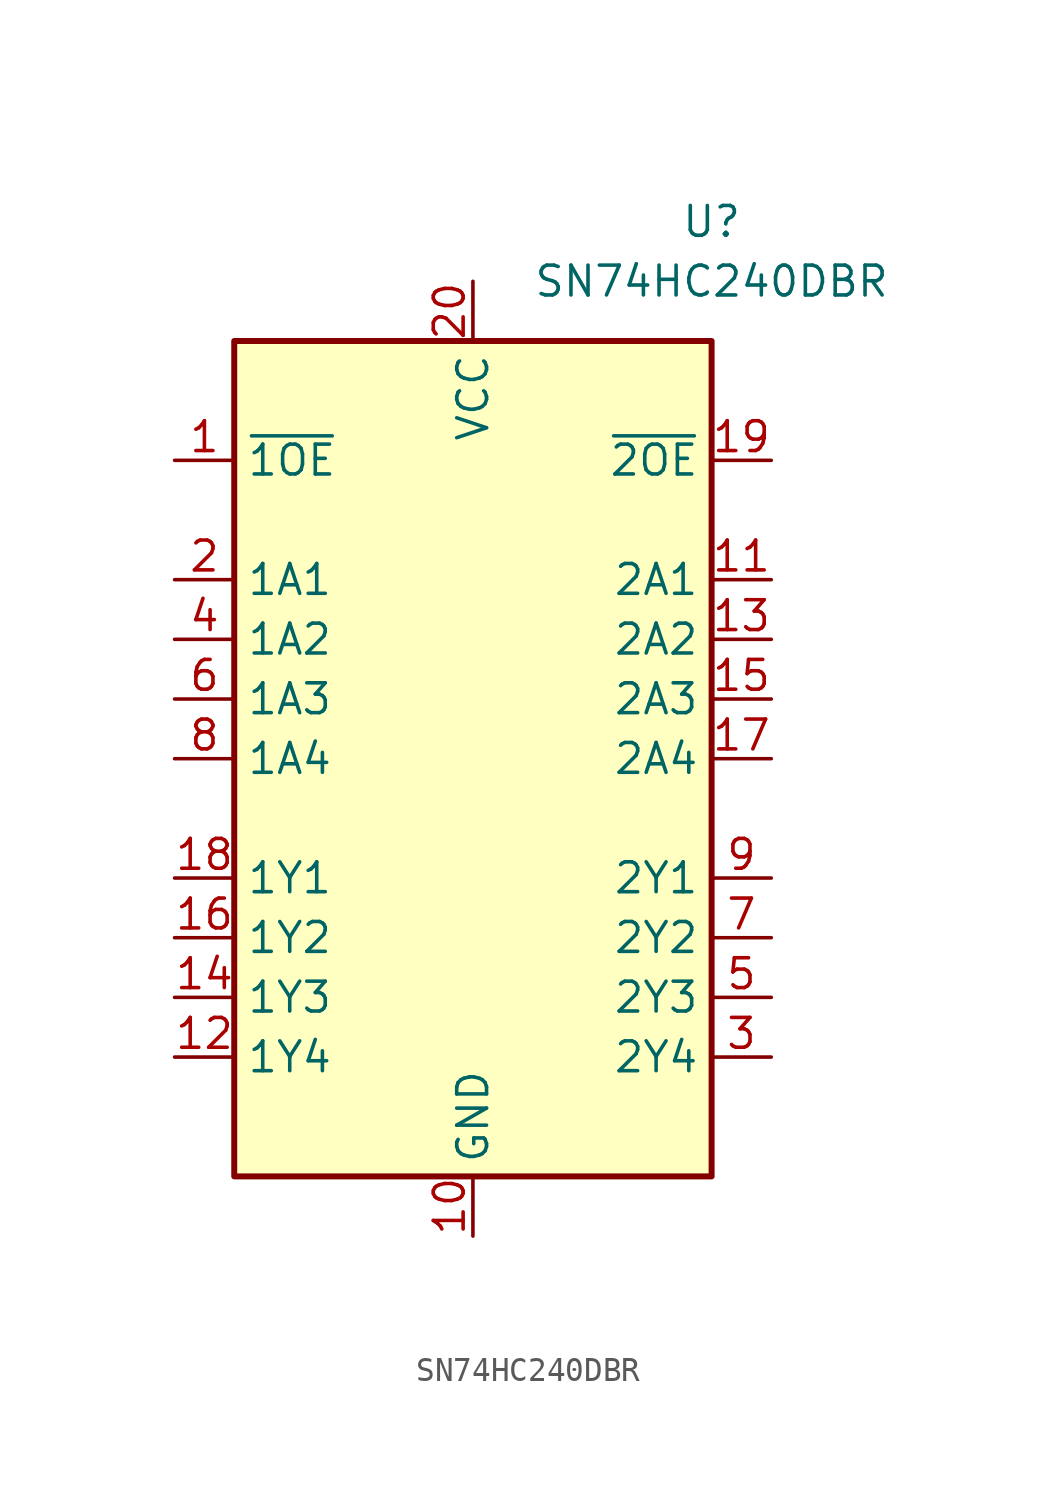
<source format=kicad_sym>
(kicad_symbol_lib
  (version 20220914)
  (generator kicad_symbol_editor)
  (symbol "SN74HC240DBR"
    (property "Reference" "U"
      (at 10.16 22.86 0)
      (effects (font (size 1.27 1.27))))
    (property "Value" "SN74HC240DBR"
      (at 10.16 20.32 0)
      (effects (font (size 1.27 1.27))))
    (symbol "SN74HC240DBR_1_1"
      (rectangle (start -10.16 17.78) (end 10.16 -17.78) (stroke (width 0.254) (type default)) (fill (type background)))
      (pin input line (at -12.7 12.7 0) (length 2.54) (name "~{1OE}" (effects (font (size 1.27 1.27)))) (number "1" (effects (font (size 1.27 1.27)))))
      (pin power_in line (at 0 -20.32 90) (length 2.54) (name "GND" (effects (font (size 1.27 1.27)))) (number "10" (effects (font (size 1.27 1.27)))))
      (pin input line (at 12.7 7.62 180) (length 2.54) (name "2A1" (effects (font (size 1.27 1.27)))) (number "11" (effects (font (size 1.27 1.27)))))
      (pin output line (at -12.7 -12.7 0) (length 2.54) (name "1Y4" (effects (font (size 1.27 1.27)))) (number "12" (effects (font (size 1.27 1.27)))))
      (pin input line (at 12.7 5.08 180) (length 2.54) (name "2A2" (effects (font (size 1.27 1.27)))) (number "13" (effects (font (size 1.27 1.27)))))
      (pin output line (at -12.7 -10.16 0) (length 2.54) (name "1Y3" (effects (font (size 1.27 1.27)))) (number "14" (effects (font (size 1.27 1.27)))))
      (pin input line (at 12.7 2.54 180) (length 2.54) (name "2A3" (effects (font (size 1.27 1.27)))) (number "15" (effects (font (size 1.27 1.27)))))
      (pin output line (at -12.7 -7.62 0) (length 2.54) (name "1Y2" (effects (font (size 1.27 1.27)))) (number "16" (effects (font (size 1.27 1.27)))))
      (pin input line (at 12.7 0 180) (length 2.54) (name "2A4" (effects (font (size 1.27 1.27)))) (number "17" (effects (font (size 1.27 1.27)))))
      (pin output line (at -12.7 -5.08 0) (length 2.54) (name "1Y1" (effects (font (size 1.27 1.27)))) (number "18" (effects (font (size 1.27 1.27)))))
      (pin input line (at 12.7 12.7 180) (length 2.54) (name "~{2OE}" (effects (font (size 1.27 1.27)))) (number "19" (effects (font (size 1.27 1.27)))))
      (pin input line (at -12.7 7.62 0) (length 2.54) (name "1A1" (effects (font (size 1.27 1.27)))) (number "2" (effects (font (size 1.27 1.27)))))
      (pin power_in line (at 0 20.32 270) (length 2.54) (name "VCC" (effects (font (size 1.27 1.27)))) (number "20" (effects (font (size 1.27 1.27)))))
      (pin output line (at 12.7 -12.7 180) (length 2.54) (name "2Y4" (effects (font (size 1.27 1.27)))) (number "3" (effects (font (size 1.27 1.27)))))
      (pin input line (at -12.7 5.08 0) (length 2.54) (name "1A2" (effects (font (size 1.27 1.27)))) (number "4" (effects (font (size 1.27 1.27)))))
      (pin output line (at 12.7 -10.16 180) (length 2.54) (name "2Y3" (effects (font (size 1.27 1.27)))) (number "5" (effects (font (size 1.27 1.27)))))
      (pin input line (at -12.7 2.54 0) (length 2.54) (name "1A3" (effects (font (size 1.27 1.27)))) (number "6" (effects (font (size 1.27 1.27)))))
      (pin output line (at 12.7 -7.62 180) (length 2.54) (name "2Y2" (effects (font (size 1.27 1.27)))) (number "7" (effects (font (size 1.27 1.27)))))
      (pin input line (at -12.7 0 0) (length 2.54) (name "1A4" (effects (font (size 1.27 1.27)))) (number "8" (effects (font (size 1.27 1.27)))))
      (pin output line (at 12.7 -5.08 180) (length 2.54) (name "2Y1" (effects (font (size 1.27 1.27)))) (number "9" (effects (font (size 1.27 1.27))))))))
</source>
